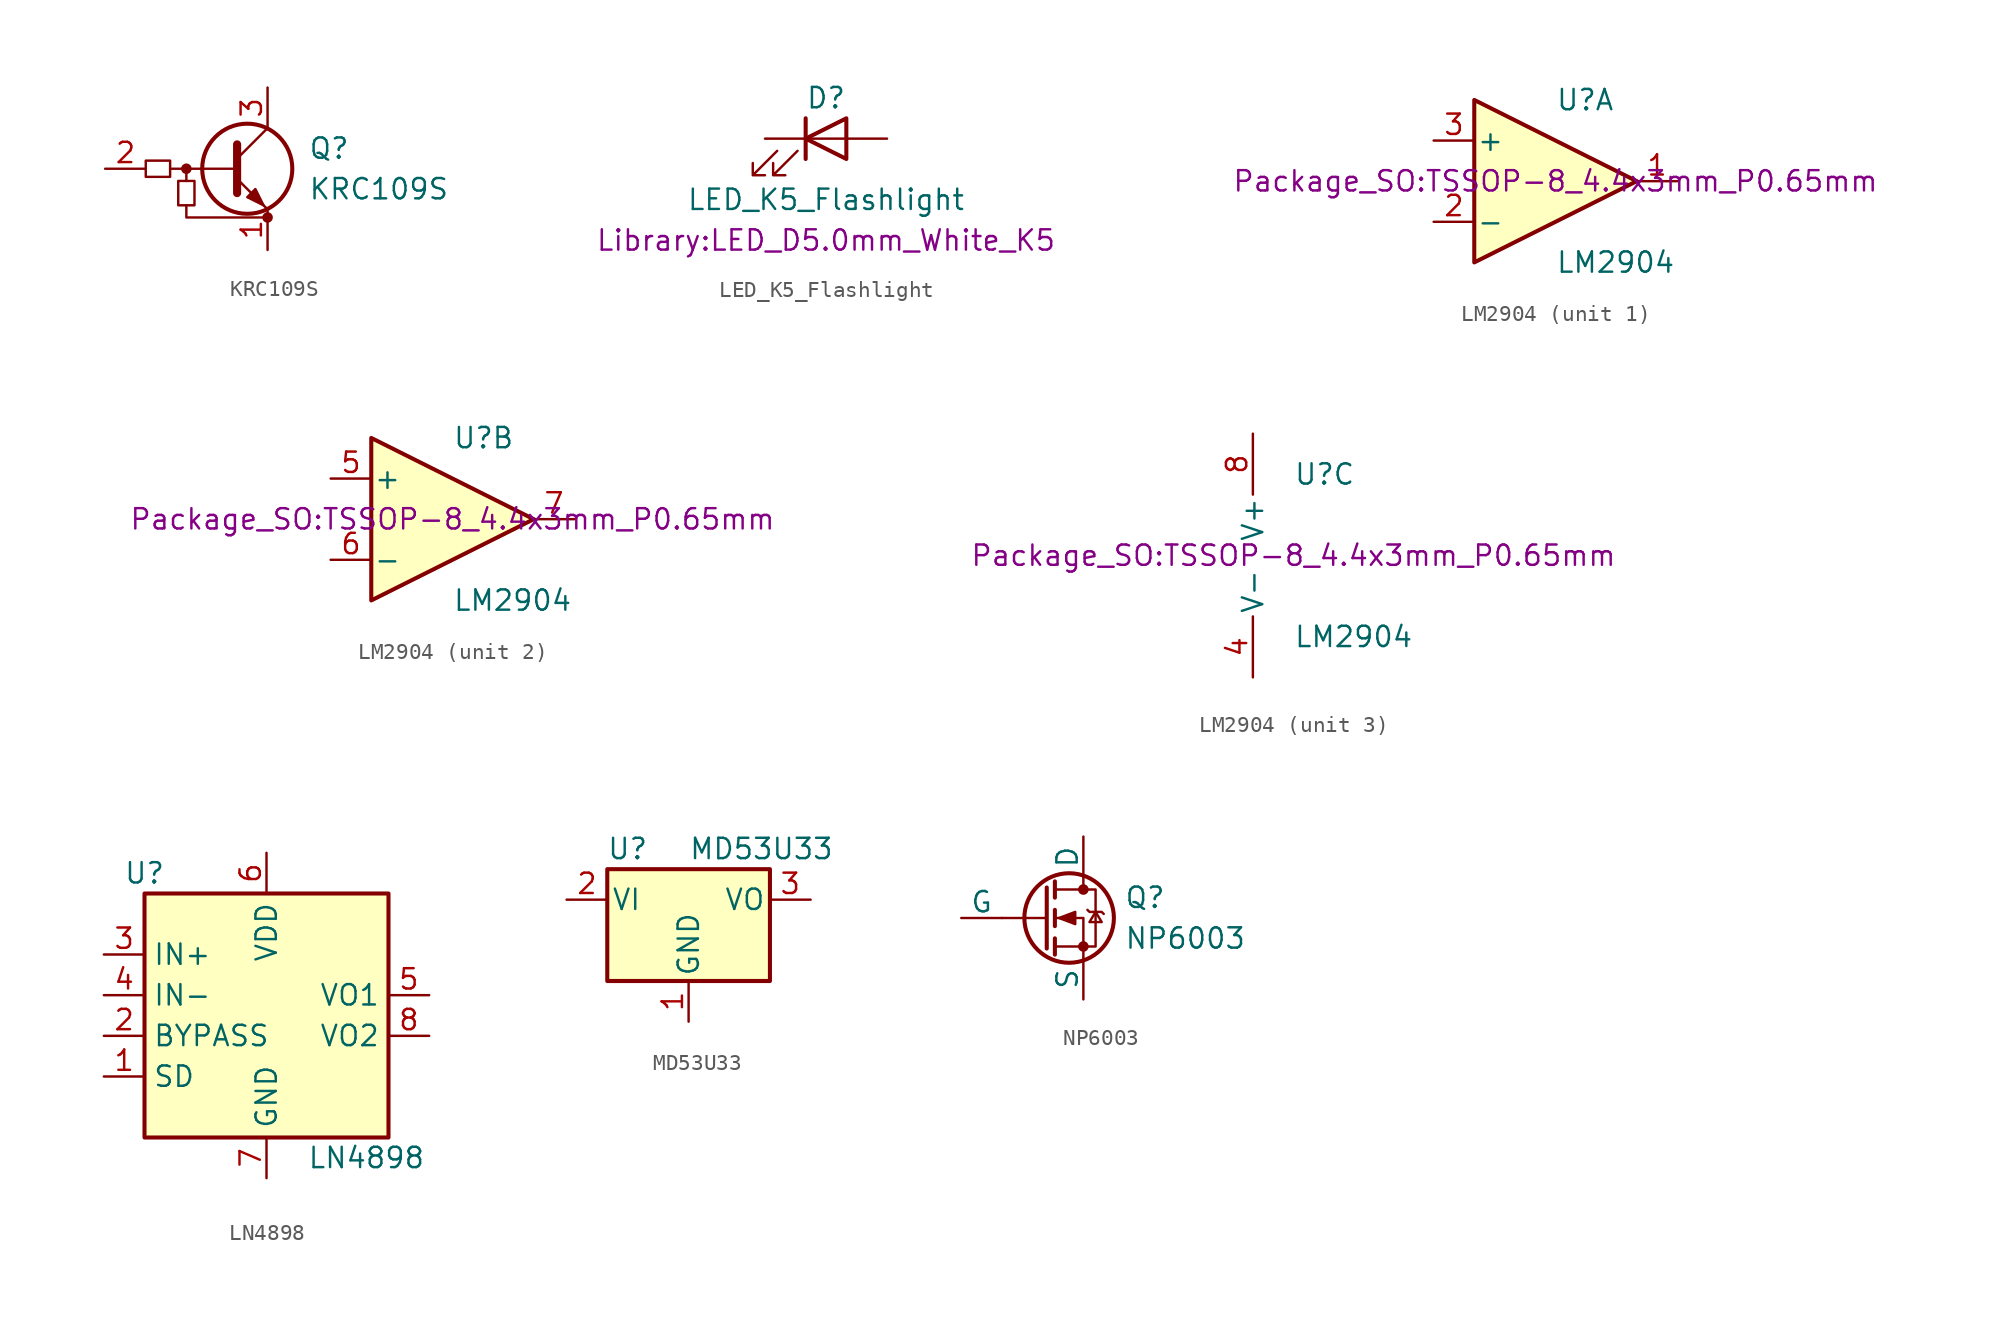
<source format=kicad_sym>
(kicad_symbol_lib
  (version 20220914)
  (generator kicad_symbol_editor)
  (symbol "KRC109S"
    (pin_names hide)
    (property "Reference" "Q"
      (at 3.81 1.27 0)
      (effects (font (size 1.27 1.27)) (justify left)))
    (property "Value" "KRC109S"
      (at 3.81 -1.27 0)
      (effects (font (size 1.27 1.27)) (justify left)))
    (symbol "KRC109S_0_1"
      (rectangle (start -6.35 0.508) (end -4.826 -0.508) (stroke (width 0) (type default)) (fill (type none)))
      (rectangle (start -4.318 -2.286) (end -3.302 -0.762) (stroke (width 0) (type default)) (fill (type none)))
      (circle (center -3.81 0) (radius 0.254) (stroke (width 0) (type default)) (fill (type outline)))
      (polyline (pts (xy -3.81 -0.762) (xy -3.81 0)) (stroke (width 0) (type default)) (fill (type none)))
      (polyline (pts (xy -0.762 0) (xy -4.826 0)) (stroke (width 0) (type default)) (fill (type none)))
      (polyline (pts (xy -0.635 1.524) (xy -0.635 -1.524)) (stroke (width 0.508) (type default)) (fill (type none)))
      (polyline (pts (xy -3.81 -2.286) (xy -3.81 -3.048) (xy 1.27 -3.048)) (stroke (width 0) (type default)) (fill (type none)))
      (circle (center 1.27 -3.048) (radius 0.254) (stroke (width 0) (type default)) (fill (type outline))))
    (symbol "KRC109S_1_1"
      (polyline (pts (xy -0.635 0.635) (xy 1.27 2.54)) (stroke (width 0) (type default)) (fill (type none)))
      (polyline (pts (xy -0.635 -0.635) (xy 1.27 -2.54) (xy 1.27 -2.54)) (stroke (width 0) (type default)) (fill (type none)))
      (polyline (pts (xy 0 -1.778) (xy 0.508 -1.27) (xy 1.016 -2.286) (xy 0 -1.778) (xy 0 -1.778)) (stroke (width 0) (type default)) (fill (type outline)))
      (circle (center 0 0) (radius 2.819) (stroke (width 0.254) (type default)) (fill (type none)))
      (pin passive line (at 1.27 -5.08 90) (length 2.54) (name "E" (effects (font (size 1.27 1.27)))) (number "1" (effects (font (size 1.27 1.27)))))
      (pin input line (at -8.89 0 0) (length 2.54) (name "B" (effects (font (size 1.27 1.27)))) (number "2" (effects (font (size 1.27 1.27)))))
      (pin passive line (at 1.27 5.08 270) (length 2.54) (name "C" (effects (font (size 1.27 1.27)))) (number "3" (effects (font (size 1.27 1.27)))))))
  (symbol "LED_K5_Flashlight"
    (pin_numbers hide)
    (pin_names
      (offset 1.016) hide)
    (property "Reference" "D"
      (at 0 2.54 0)
      (effects (font (size 1.27 1.27))))
    (property "Value" "LED_K5_Flashlight"
      (at 0 -3.81 0)
      (effects (font (size 1.27 1.27))))
    (property "Footprint" "Library:LED_D5.0mm_White_K5"
      (at 0 -6.35 0)
      (effects (font (size 1.27 1.27))))
    (symbol "LED_K5_Flashlight_0_1"
      (polyline (pts (xy -1.27 -1.27) (xy -1.27 1.27)) (stroke (width 0.254) (type default)) (fill (type none)))
      (polyline (pts (xy -1.27 0) (xy 1.27 0)) (stroke (width 0) (type default)) (fill (type none)))
      (polyline (pts (xy 1.27 -1.27) (xy 1.27 1.27) (xy -1.27 0) (xy 1.27 -1.27)) (stroke (width 0.254) (type default)) (fill (type none)))
      (polyline (pts (xy -3.048 -0.762) (xy -4.572 -2.286) (xy -3.81 -2.286) (xy -4.572 -2.286) (xy -4.572 -1.524)) (stroke (width 0) (type default)) (fill (type none)))
      (polyline (pts (xy -1.778 -0.762) (xy -3.302 -2.286) (xy -2.54 -2.286) (xy -3.302 -2.286) (xy -3.302 -1.524)) (stroke (width 0) (type default)) (fill (type none))))
    (symbol "LED_K5_Flashlight_1_1"
      (pin passive line (at -3.81 0 0) (length 2.54) (name "K" (effects (font (size 1.27 1.27)))) (number "1" (effects (font (size 1.27 1.27)))))
      (pin passive line (at 3.81 0 180) (length 2.54) (name "A" (effects (font (size 1.27 1.27)))) (number "2" (effects (font (size 1.27 1.27)))))))
  (symbol "LM2904"
    (pin_names
      (offset 0.127))
    (property "Reference" "U"
      (at 0 5.08 0)
      (effects (font (size 1.27 1.27)) (justify left)))
    (property "Value" "LM2904"
      (at 0 -5.08 0)
      (effects (font (size 1.27 1.27)) (justify left)))
    (property "Footprint" "Package_SO:TSSOP-8_4.4x3mm_P0.65mm"
      (at 0 0 0)
      (effects (font (size 1.27 1.27))))
    (property "ki_locked" ""
      (at 0 0 0)
      (effects (font (size 1.27 1.27))))
    (symbol "LM2904_1_1"
      (polyline (pts (xy -5.08 5.08) (xy 5.08 0) (xy -5.08 -5.08) (xy -5.08 5.08)) (stroke (width 0.254) (type default)) (fill (type background)))
      (pin output line (at 7.62 0 180) (length 2.54) (name "~" (effects (font (size 1.27 1.27)))) (number "1" (effects (font (size 1.27 1.27)))))
      (pin input line (at -7.62 -2.54 0) (length 2.54) (name "-" (effects (font (size 1.27 1.27)))) (number "2" (effects (font (size 1.27 1.27)))))
      (pin input line (at -7.62 2.54 0) (length 2.54) (name "+" (effects (font (size 1.27 1.27)))) (number "3" (effects (font (size 1.27 1.27))))))
    (symbol "LM2904_2_1"
      (polyline (pts (xy -5.08 5.08) (xy 5.08 0) (xy -5.08 -5.08) (xy -5.08 5.08)) (stroke (width 0.254) (type default)) (fill (type background)))
      (pin input line (at -7.62 2.54 0) (length 2.54) (name "+" (effects (font (size 1.27 1.27)))) (number "5" (effects (font (size 1.27 1.27)))))
      (pin input line (at -7.62 -2.54 0) (length 2.54) (name "-" (effects (font (size 1.27 1.27)))) (number "6" (effects (font (size 1.27 1.27)))))
      (pin output line (at 7.62 0 180) (length 2.54) (name "~" (effects (font (size 1.27 1.27)))) (number "7" (effects (font (size 1.27 1.27))))))
    (symbol "LM2904_3_1"
      (pin power_in line (at -2.54 -7.62 90) (length 3.81) (name "V-" (effects (font (size 1.27 1.27)))) (number "4" (effects (font (size 1.27 1.27)))))
      (pin power_in line (at -2.54 7.62 270) (length 3.81) (name "V+" (effects (font (size 1.27 1.27)))) (number "8" (effects (font (size 1.27 1.27)))))))
  (symbol "LN4898"
    (property "Reference" "U"
      (at -7.62 6.35 0)
      (effects (font (size 1.27 1.27))))
    (property "Value" "LN4898"
      (at 2.54 -11.43 0)
      (effects (font (size 1.27 1.27)) (justify left)))
    (symbol "LN4898_1_1"
      (rectangle (start -7.62 5.08) (end 7.62 -10.16) (stroke (width 0.254) (type default)) (fill (type background)))
      (pin input line (at -10.16 -6.35 0) (length 2.54) (name "SD" (effects (font (size 1.27 1.27)))) (number "1" (effects (font (size 1.27 1.27)))))
      (pin input line (at -10.16 -3.81 0) (length 2.54) (name "BYPASS" (effects (font (size 1.27 1.27)))) (number "2" (effects (font (size 1.27 1.27)))))
      (pin input line (at -10.16 1.27 0) (length 2.54) (name "IN+" (effects (font (size 1.27 1.27)))) (number "3" (effects (font (size 1.27 1.27)))))
      (pin input line (at -10.16 -1.27 0) (length 2.54) (name "IN-" (effects (font (size 1.27 1.27)))) (number "4" (effects (font (size 1.27 1.27)))))
      (pin output line (at 10.16 -1.27 180) (length 2.54) (name "VO1" (effects (font (size 1.27 1.27)))) (number "5" (effects (font (size 1.27 1.27)))))
      (pin power_in line (at 0 7.62 270) (length 2.54) (name "VDD" (effects (font (size 1.27 1.27)))) (number "6" (effects (font (size 1.27 1.27)))))
      (pin power_in line (at 0 -12.7 90) (length 2.54) (name "GND" (effects (font (size 1.27 1.27)))) (number "7" (effects (font (size 1.27 1.27)))))
      (pin output line (at 10.16 -3.81 180) (length 2.54) (name "VO2" (effects (font (size 1.27 1.27)))) (number "8" (effects (font (size 1.27 1.27)))))))
  (symbol "MD53U33"
    (pin_names
      (offset 0.254))
    (property "Reference" "U"
      (at -3.81 3.175 0)
      (effects (font (size 1.27 1.27))))
    (property "Value" "MD53U33"
      (at 0 3.175 0)
      (effects (font (size 1.27 1.27)) (justify left)))
    (symbol "MD53U33_0_1"
      (rectangle (start -5.08 1.905) (end 5.08 -5.08) (stroke (width 0.254) (type default)) (fill (type background))))
    (symbol "MD53U33_1_1"
      (pin power_in line (at 0 -7.62 90) (length 2.54) (name "GND" (effects (font (size 1.27 1.27)))) (number "1" (effects (font (size 1.27 1.27)))))
      (pin power_in line (at -7.62 0 0) (length 2.54) (name "VI" (effects (font (size 1.27 1.27)))) (number "2" (effects (font (size 1.27 1.27)))))
      (pin power_out line (at 7.62 0 180) (length 2.54) (name "VO" (effects (font (size 1.27 1.27)))) (number "3" (effects (font (size 1.27 1.27)))))))
  (symbol "NP6003"
    (pin_numbers hide)
    (pin_names
      (offset 0))
    (property "Reference" "Q"
      (at 5.08 1.27 0)
      (effects (font (size 1.27 1.27)) (justify left)))
    (property "Value" "NP6003"
      (at 5.08 -1.27 0)
      (effects (font (size 1.27 1.27)) (justify left)))
    (symbol "NP6003_0_1"
      (polyline (pts (xy 0.254 0) (xy -2.54 0)) (stroke (width 0) (type default)) (fill (type none)))
      (polyline (pts (xy 0.254 1.905) (xy 0.254 -1.905)) (stroke (width 0.254) (type default)) (fill (type none)))
      (polyline (pts (xy 0.762 -1.27) (xy 0.762 -2.286)) (stroke (width 0.254) (type default)) (fill (type none)))
      (polyline (pts (xy 0.762 0.508) (xy 0.762 -0.508)) (stroke (width 0.254) (type default)) (fill (type none)))
      (polyline (pts (xy 0.762 2.286) (xy 0.762 1.27)) (stroke (width 0.254) (type default)) (fill (type none)))
      (polyline (pts (xy 2.54 2.54) (xy 2.54 1.778)) (stroke (width 0) (type default)) (fill (type none)))
      (polyline (pts (xy 2.54 -2.54) (xy 2.54 0) (xy 0.762 0)) (stroke (width 0) (type default)) (fill (type none)))
      (polyline (pts (xy 0.762 -1.778) (xy 3.302 -1.778) (xy 3.302 1.778) (xy 0.762 1.778)) (stroke (width 0) (type default)) (fill (type none)))
      (polyline (pts (xy 1.016 0) (xy 2.032 0.381) (xy 2.032 -0.381) (xy 1.016 0)) (stroke (width 0) (type default)) (fill (type outline)))
      (polyline (pts (xy 2.794 0.508) (xy 2.921 0.381) (xy 3.683 0.381) (xy 3.81 0.254)) (stroke (width 0) (type default)) (fill (type none)))
      (polyline (pts (xy 3.302 0.381) (xy 2.921 -0.254) (xy 3.683 -0.254) (xy 3.302 0.381)) (stroke (width 0) (type default)) (fill (type none)))
      (circle (center 1.651 0) (radius 2.794) (stroke (width 0.254) (type default)) (fill (type none)))
      (circle (center 2.54 -1.778) (radius 0.254) (stroke (width 0) (type default)) (fill (type outline)))
      (circle (center 2.54 1.778) (radius 0.254) (stroke (width 0) (type default)) (fill (type outline))))
    (symbol "NP6003_1_1"
      (pin input line (at -5.08 0 0) (length 2.54) (name "G" (effects (font (size 1.27 1.27)))) (number "1" (effects (font (size 1.27 1.27)))))
      (pin passive line (at 2.54 -5.08 90) (length 2.54) (name "S" (effects (font (size 1.27 1.27)))) (number "2" (effects (font (size 1.27 1.27)))))
      (pin input line (at 2.54 5.08 270) (length 2.54) (name "D" (effects (font (size 1.27 1.27)))) (number "3" (effects (font (size 1.27 1.27))))))))
</source>
